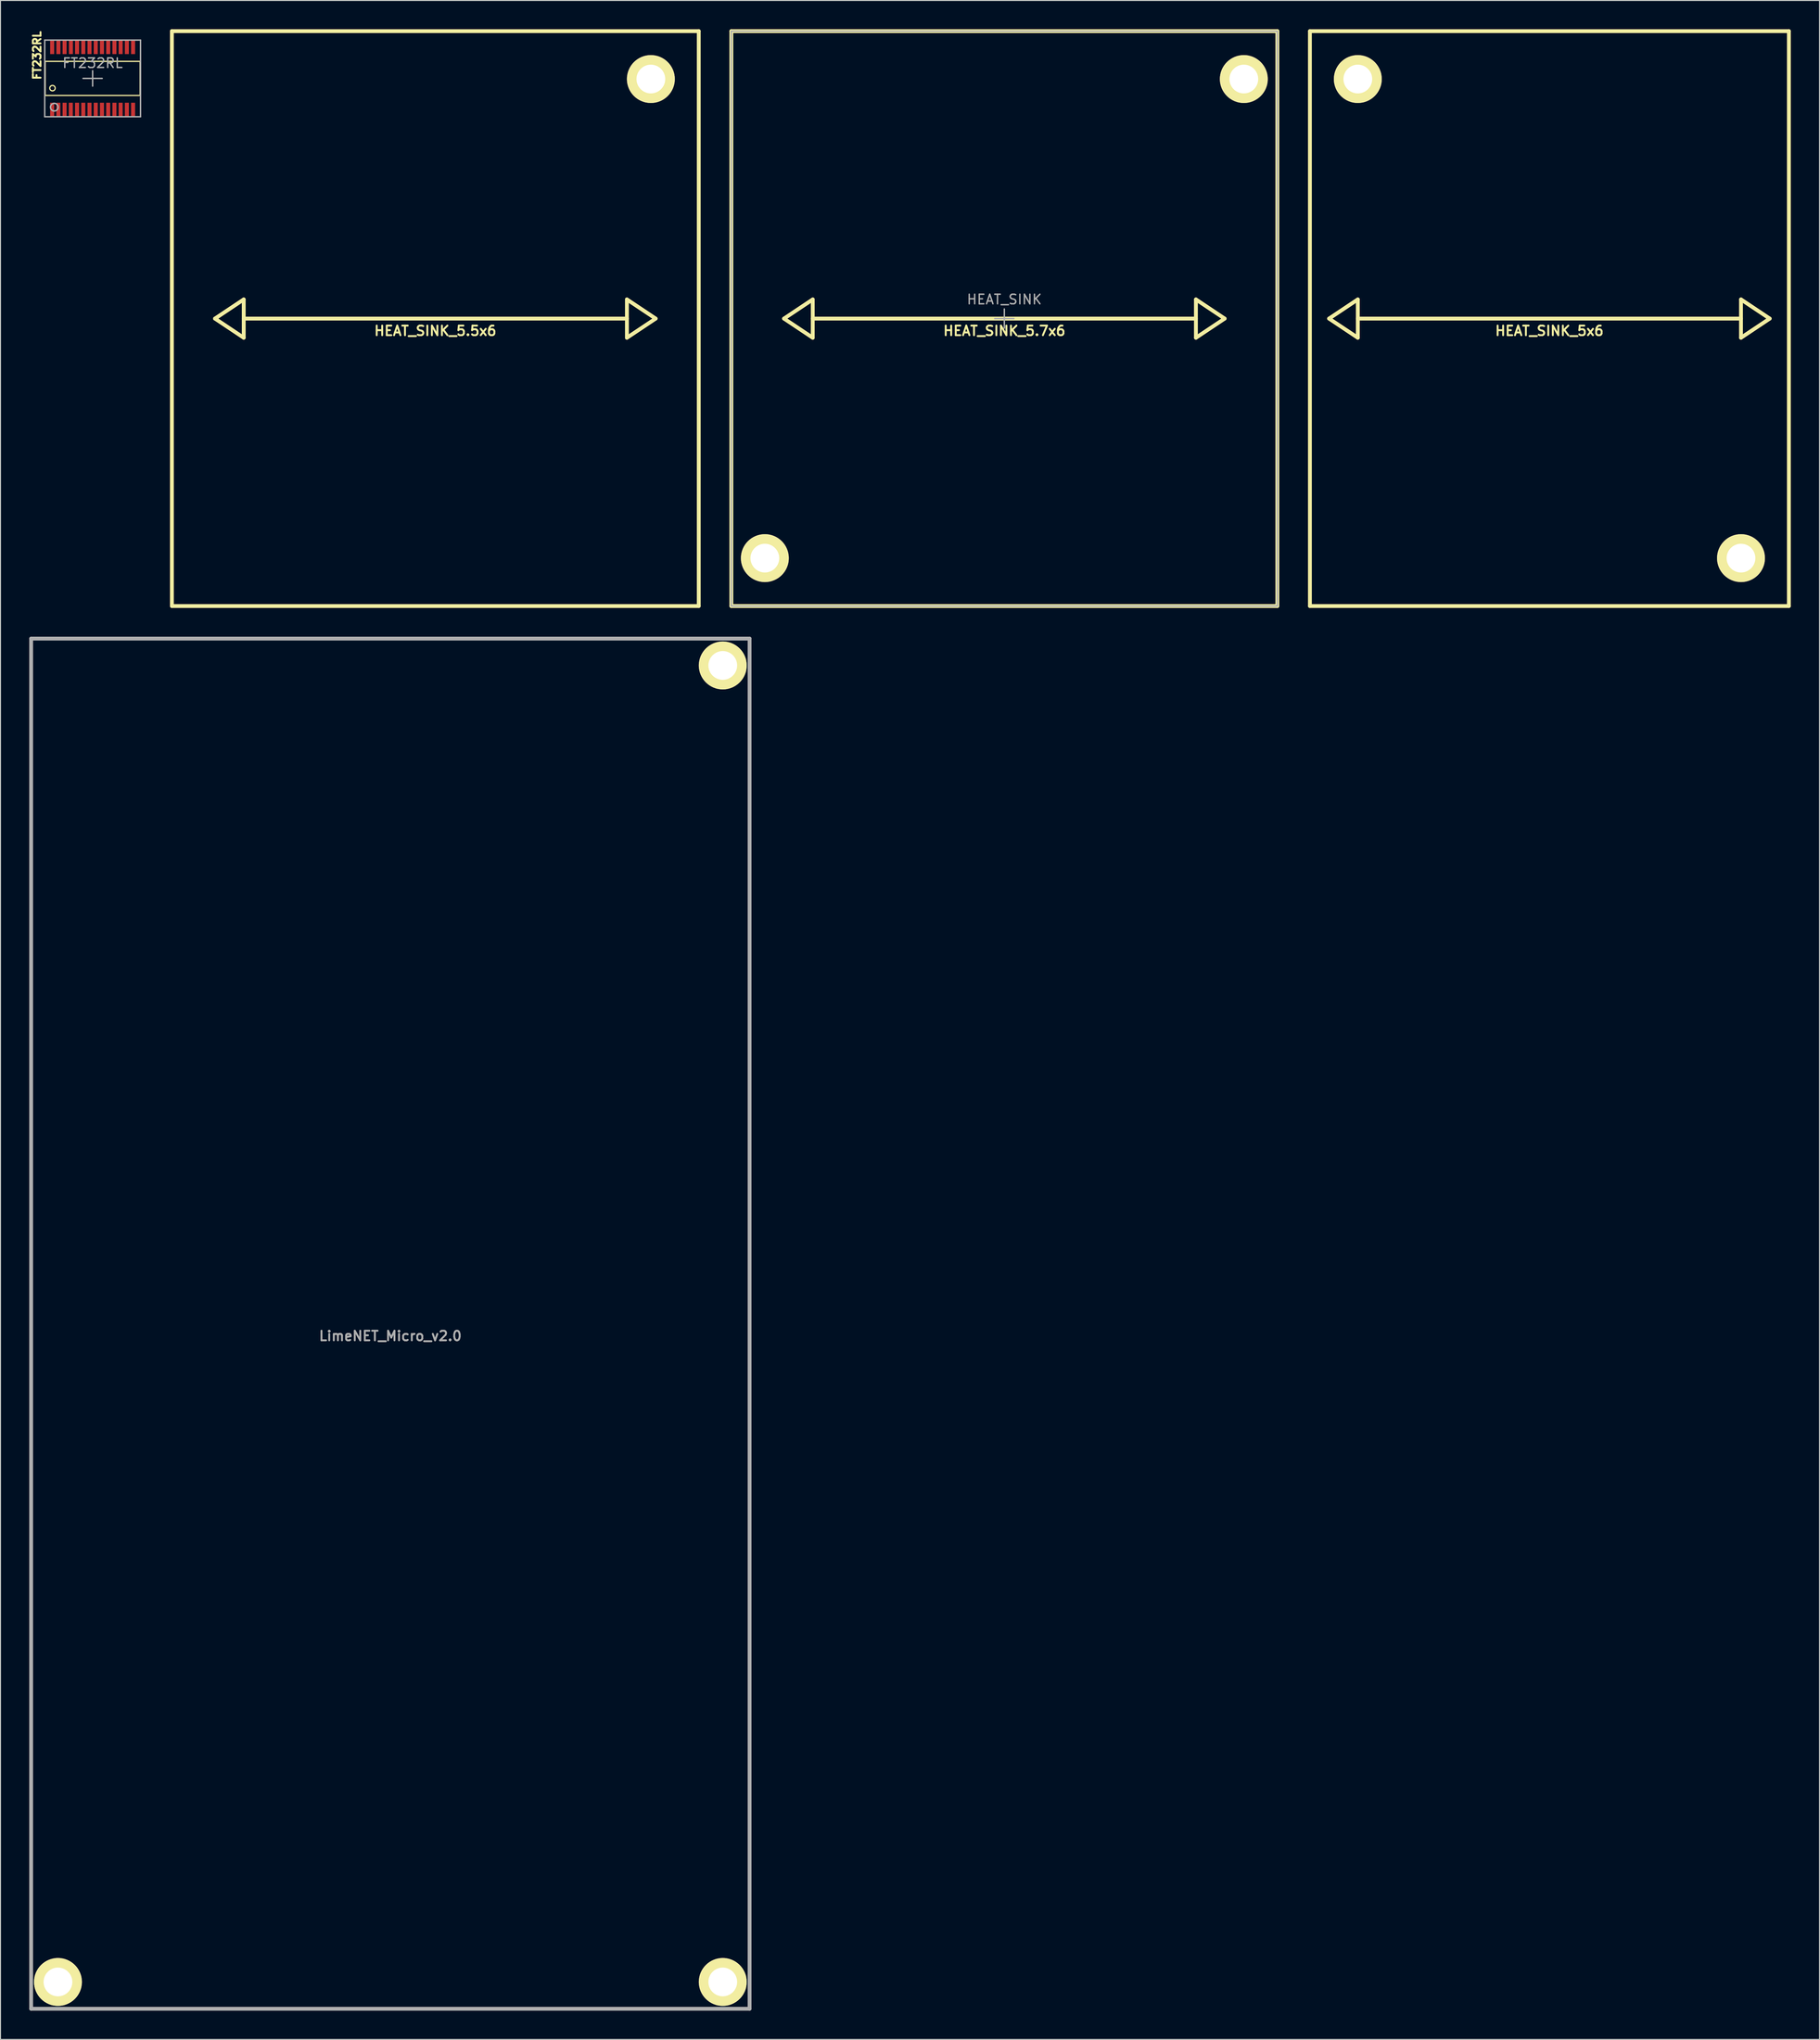
<source format=kicad_pcb>
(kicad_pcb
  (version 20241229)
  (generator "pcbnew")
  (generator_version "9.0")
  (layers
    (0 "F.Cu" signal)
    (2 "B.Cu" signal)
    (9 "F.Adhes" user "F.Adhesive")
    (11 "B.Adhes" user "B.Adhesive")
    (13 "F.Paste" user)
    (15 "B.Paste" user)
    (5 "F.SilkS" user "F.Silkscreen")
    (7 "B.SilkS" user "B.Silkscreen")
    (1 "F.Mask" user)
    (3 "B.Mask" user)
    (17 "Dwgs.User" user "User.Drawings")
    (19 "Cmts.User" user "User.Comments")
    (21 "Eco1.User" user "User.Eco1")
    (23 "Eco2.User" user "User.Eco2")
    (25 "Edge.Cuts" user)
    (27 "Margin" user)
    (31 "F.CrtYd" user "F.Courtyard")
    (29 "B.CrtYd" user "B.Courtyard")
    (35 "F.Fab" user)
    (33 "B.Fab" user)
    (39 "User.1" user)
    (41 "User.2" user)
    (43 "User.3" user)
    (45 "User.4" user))
  (footprint "HEAT_SINK_5.5x6"
    (layer "F.Cu")
    (at 42.394 30.2)
    (property "Reference" "HEAT_SINK_5.5x6" (at 0 1.28 0) (layer "F.SilkS") (effects (font (size 1 1) (thickness 0.2))))
    (attr smd)
    (fp_line (start -27.5 -30) (end 27.5 -30) (stroke (width 0.4) (type solid)) (layer "F.SilkS"))
    (fp_line (start -27.5 30) (end -27.5 -30) (stroke (width 0.4) (type solid)) (layer "F.SilkS"))
    (fp_line (start -23 0) (end -20 -2) (stroke (width 0.4) (type solid)) (layer "F.SilkS"))
    (fp_line (start -20 -2) (end -20 2) (stroke (width 0.4) (type solid)) (layer "F.SilkS"))
    (fp_line (start -20 0) (end 20 0) (stroke (width 0.4) (type solid)) (layer "F.SilkS"))
    (fp_line (start -20 2) (end -23 0) (stroke (width 0.4) (type solid)) (layer "F.SilkS"))
    (fp_line (start 20 -2) (end 20 2) (stroke (width 0.4) (type solid)) (layer "F.SilkS"))
    (fp_line (start 20 2) (end 23 0) (stroke (width 0.4) (type solid)) (layer "F.SilkS"))
    (fp_line (start 23 0) (end 20 -2) (stroke (width 0.4) (type solid)) (layer "F.SilkS"))
    (fp_line (start 27.5 -30) (end 27.5 30) (stroke (width 0.4) (type solid)) (layer "F.SilkS"))
    (fp_line (start 27.5 30) (end -27.5 30) (stroke (width 0.4) (type solid)) (layer "F.SilkS"))
    (pad "1" thru_hole circle (at 22.5 -25) (size 5 5) (drill 3) (layers "*.Cu" "*.Mask" "F.SilkS")))
  (footprint "HEAT_SINK_5.7x6"
    (layer "F.Cu")
    (at 101.794 30.2)
    (property "Reference" "HEAT_SINK_5.7x6" (at 0 1.28 0) (layer "F.SilkS") (effects (font (size 1 1) (thickness 0.2))))
    (attr smd)
    (fp_line (start -28.5 -30) (end 28.5 -30) (stroke (width 0.4) (type solid)) (layer "F.SilkS"))
    (fp_line (start -28.5 30) (end -28.5 -30) (stroke (width 0.4) (type solid)) (layer "F.SilkS"))
    (fp_line (start -23 0) (end -20 -2) (stroke (width 0.4) (type solid)) (layer "F.SilkS"))
    (fp_line (start -20 -2) (end -20 2) (stroke (width 0.4) (type solid)) (layer "F.SilkS"))
    (fp_line (start -20 0) (end 20 0) (stroke (width 0.4) (type solid)) (layer "F.SilkS"))
    (fp_line (start -20 2) (end -23 0) (stroke (width 0.4) (type solid)) (layer "F.SilkS"))
    (fp_line (start 20 -2) (end 20 2) (stroke (width 0.4) (type solid)) (layer "F.SilkS"))
    (fp_line (start 20 2) (end 23 0) (stroke (width 0.4) (type solid)) (layer "F.SilkS"))
    (fp_line (start 23 0) (end 20 -2) (stroke (width 0.4) (type solid)) (layer "F.SilkS"))
    (fp_line (start 28.5 -30) (end 28.5 30) (stroke (width 0.4) (type solid)) (layer "F.SilkS"))
    (fp_line (start 28.5 30) (end -28.5 30) (stroke (width 0.4) (type solid)) (layer "F.SilkS"))
    (fp_line (start -28.5 -30) (end 28.5 -30) (stroke (width 0.15) (type solid)) (layer "F.Fab"))
    (fp_line (start -28.5 30) (end -28.5 -30) (stroke (width 0.15) (type solid)) (layer "F.Fab"))
    (fp_line (start -1 0) (end 1 0) (stroke (width 0.15) (type solid)) (layer "F.Fab"))
    (fp_line (start 0 -1) (end 0 1) (stroke (width 0.15) (type solid)) (layer "F.Fab"))
    (fp_line (start 28.5 -30) (end 28.5 30) (stroke (width 0.15) (type solid)) (layer "F.Fab"))
    (fp_line (start 28.5 30) (end -28.5 30) (stroke (width 0.15) (type solid)) (layer "F.Fab"))
    (fp_text user "HEAT_SINK" (at 0 -2 0) (layer "F.Fab") (effects (font (size 1 1) (thickness 0.15))))
    (pad "1" thru_hole circle (at -25 25) (size 5 5) (drill 3) (layers "*.Cu" "*.Mask" "F.SilkS"))
    (pad "1" thru_hole circle (at 25 -25) (size 5 5) (drill 3) (layers "*.Cu" "*.Mask" "F.SilkS")))
  (footprint "FT232RL"
    (layer "F.Cu")
    (at 6.619 5.134)
    (property "Reference" "FT232RL" (at -5.8 -2.4 90) (layer "F.SilkS") (effects (font (size 0.8 0.8) (thickness 0.2))))
    (attr smd)
    (fp_line (start -4.953 -1.778) (end -4.953 1.778) (stroke (width 0.127) (type solid)) (layer "F.SilkS"))
    (fp_line (start -4.953 1.778) (end 4.953 1.778) (stroke (width 0.127) (type solid)) (layer "F.SilkS"))
    (fp_line (start 4.953 -1.778) (end -4.953 -1.778) (stroke (width 0.127) (type solid)) (layer "F.SilkS"))
    (fp_line (start 4.953 -1.778) (end 4.953 1.778) (stroke (width 0.127) (type solid)) (layer "F.SilkS"))
    (fp_circle (center -4.191 1.016) (end -4.318 1.27) (stroke (width 0.127) (type solid)) (fill no) (layer "F.SilkS"))
    (fp_line (start -5 -4) (end 5 -4) (stroke (width 0.15) (type solid)) (layer "F.Fab"))
    (fp_line (start -5 4) (end -5 -4) (stroke (width 0.15) (type solid)) (layer "F.Fab"))
    (fp_line (start -1 0) (end 1 0) (stroke (width 0.15) (type solid)) (layer "F.Fab"))
    (fp_line (start 0 -0.8) (end 0 0.8) (stroke (width 0.15) (type solid)) (layer "F.Fab"))
    (fp_line (start 5 -4) (end 5 4) (stroke (width 0.15) (type solid)) (layer "F.Fab"))
    (fp_line (start 5 4) (end -5 4) (stroke (width 0.15) (type solid)) (layer "F.Fab"))
    (fp_circle (center -4 3) (end -3.6 3) (stroke (width 0.15) (type solid)) (fill no) (layer "F.Fab"))
    (fp_text user "${REFERENCE}" (at 0 -1.6 0) (layer "F.Fab") (effects (font (size 1 1) (thickness 0.15))))
    (pad "1" smd rect (at -4.224 3.275) (size 0.419 1.471) (layers "F.Cu" "F.Mask" "F.Paste"))
    (pad "2" smd rect (at -3.574 3.275) (size 0.419 1.471) (layers "F.Cu" "F.Mask" "F.Paste"))
    (pad "3" smd rect (at -2.926 3.275) (size 0.419 1.471) (layers "F.Cu" "F.Mask" "F.Paste"))
    (pad "4" smd rect (at -2.276 3.275) (size 0.419 1.471) (layers "F.Cu" "F.Mask" "F.Paste"))
    (pad "5" smd rect (at -1.626 3.275) (size 0.419 1.471) (layers "F.Cu" "F.Mask" "F.Paste"))
    (pad "6" smd rect (at -0.975 3.275) (size 0.419 1.471) (layers "F.Cu" "F.Mask" "F.Paste"))
    (pad "7" smd rect (at -0.325 3.275) (size 0.419 1.471) (layers "F.Cu" "F.Mask" "F.Paste"))
    (pad "8" smd rect (at 0.325 3.275) (size 0.419 1.471) (layers "F.Cu" "F.Mask" "F.Paste"))
    (pad "9" smd rect (at 0.975 3.275) (size 0.419 1.471) (layers "F.Cu" "F.Mask" "F.Paste"))
    (pad "10" smd rect (at 1.626 3.275) (size 0.419 1.471) (layers "F.Cu" "F.Mask" "F.Paste"))
    (pad "11" smd rect (at 2.276 3.275) (size 0.419 1.471) (layers "F.Cu" "F.Mask" "F.Paste"))
    (pad "12" smd rect (at 2.926 3.275) (size 0.419 1.471) (layers "F.Cu" "F.Mask" "F.Paste"))
    (pad "13" smd rect (at 3.574 3.275) (size 0.419 1.471) (layers "F.Cu" "F.Mask" "F.Paste"))
    (pad "14" smd rect (at 4.224 3.275) (size 0.419 1.471) (layers "F.Cu" "F.Mask" "F.Paste"))
    (pad "15" smd rect (at 4.224 -3.275) (size 0.419 1.471) (layers "F.Cu" "F.Mask" "F.Paste"))
    (pad "16" smd rect (at 3.574 -3.275) (size 0.419 1.471) (layers "F.Cu" "F.Mask" "F.Paste"))
    (pad "17" smd rect (at 2.926 -3.275) (size 0.419 1.471) (layers "F.Cu" "F.Mask" "F.Paste"))
    (pad "18" smd rect (at 2.276 -3.275) (size 0.419 1.471) (layers "F.Cu" "F.Mask" "F.Paste"))
    (pad "19" smd rect (at 1.626 -3.275) (size 0.419 1.471) (layers "F.Cu" "F.Mask" "F.Paste"))
    (pad "20" smd rect (at 0.975 -3.275) (size 0.419 1.471) (layers "F.Cu" "F.Mask" "F.Paste"))
    (pad "21" smd rect (at 0.325 -3.275) (size 0.419 1.471) (layers "F.Cu" "F.Mask" "F.Paste"))
    (pad "22" smd rect (at -0.325 -3.275) (size 0.419 1.471) (layers "F.Cu" "F.Mask" "F.Paste"))
    (pad "23" smd rect (at -0.975 -3.275) (size 0.419 1.471) (layers "F.Cu" "F.Mask" "F.Paste"))
    (pad "24" smd rect (at -1.626 -3.275) (size 0.419 1.471) (layers "F.Cu" "F.Mask" "F.Paste"))
    (pad "25" smd rect (at -2.266 -3.275) (size 0.419 1.471) (layers "F.Cu" "F.Mask" "F.Paste"))
    (pad "26" smd rect (at -2.926 -3.275) (size 0.419 1.471) (layers "F.Cu" "F.Mask" "F.Paste"))
    (pad "27" smd rect (at -3.574 -3.275) (size 0.419 1.471) (layers "F.Cu" "F.Mask" "F.Paste"))
    (pad "28" smd rect (at -4.224 -3.275) (size 0.419 1.471) (layers "F.Cu" "F.Mask" "F.Paste")))
  (footprint "HEAT_SINK_5x6"
    (layer "F.Cu")
    (at 158.694 30.2)
    (property "Reference" "HEAT_SINK_5x6" (at 0 1.28 0) (layer "F.SilkS") (effects (font (size 1 1) (thickness 0.2))))
    (attr smd)
    (fp_line (start -25 -30) (end 25 -30) (stroke (width 0.4) (type solid)) (layer "F.SilkS"))
    (fp_line (start -25 30) (end -25 -30) (stroke (width 0.4) (type solid)) (layer "F.SilkS"))
    (fp_line (start -23 0) (end -20 -2) (stroke (width 0.4) (type solid)) (layer "F.SilkS"))
    (fp_line (start -20 -2) (end -20 2) (stroke (width 0.4) (type solid)) (layer "F.SilkS"))
    (fp_line (start -20 0) (end 20 0) (stroke (width 0.4) (type solid)) (layer "F.SilkS"))
    (fp_line (start -20 2) (end -23 0) (stroke (width 0.4) (type solid)) (layer "F.SilkS"))
    (fp_line (start 20 -2) (end 20 2) (stroke (width 0.4) (type solid)) (layer "F.SilkS"))
    (fp_line (start 20 2) (end 23 0) (stroke (width 0.4) (type solid)) (layer "F.SilkS"))
    (fp_line (start 23 0) (end 20 -2) (stroke (width 0.4) (type solid)) (layer "F.SilkS"))
    (fp_line (start 25 -30) (end 25 30) (stroke (width 0.4) (type solid)) (layer "F.SilkS"))
    (fp_line (start 25 30) (end -25 30) (stroke (width 0.4) (type solid)) (layer "F.SilkS"))
    (pad "1" thru_hole circle (at -20 -25) (size 5 5) (drill 3) (layers "*.Cu" "*.Mask" "F.SilkS"))
    (pad "1" thru_hole circle (at 20 25) (size 5 5) (drill 3) (layers "*.Cu" "*.Mask" "F.SilkS")))
  (footprint "LimeNET_Micro_v2.0"
    (layer "F.Cu")
    (at 37.7 135.1)
    (property "Reference" "LimeNET_Micro_v2.0" (at 0 1.28 0) (layer "F.Fab") (effects (font (size 1 1) (thickness 0.2))))
    (attr smd)
    (fp_line (start -37.5 -71.5) (end 37.5 -71.5) (stroke (width 0.4) (type solid)) (layer "F.Fab"))
    (fp_line (start -37.5 71.5) (end -37.5 -71.5) (stroke (width 0.4) (type solid)) (layer "F.Fab"))
    (fp_line (start -37.5 71.5) (end 37.5 71.5) (stroke (width 0.4) (type solid)) (layer "F.Fab"))
    (fp_line (start 37.5 71.5) (end 37.5 -71.5) (stroke (width 0.4) (type solid)) (layer "F.Fab"))
    (pad "1" thru_hole circle (at -34.7 68.7) (size 5 5) (drill 3) (layers "*.Cu" "*.Mask" "F.SilkS"))
    (pad "1" thru_hole circle (at 34.7 -68.7) (size 5 5) (drill 3) (layers "*.Cu" "*.Mask" "F.SilkS"))
    (pad "1" thru_hole circle (at 34.7 68.7) (size 5 5) (drill 3) (layers "*.Cu" "*.Mask" "F.SilkS")))
  (gr_rect
    (start -3 -3)
    (end 186.894 209.8)
    (stroke (width 0.1) (type default))
    (fill no)
    (layer "Edge.Cuts")))
</source>
